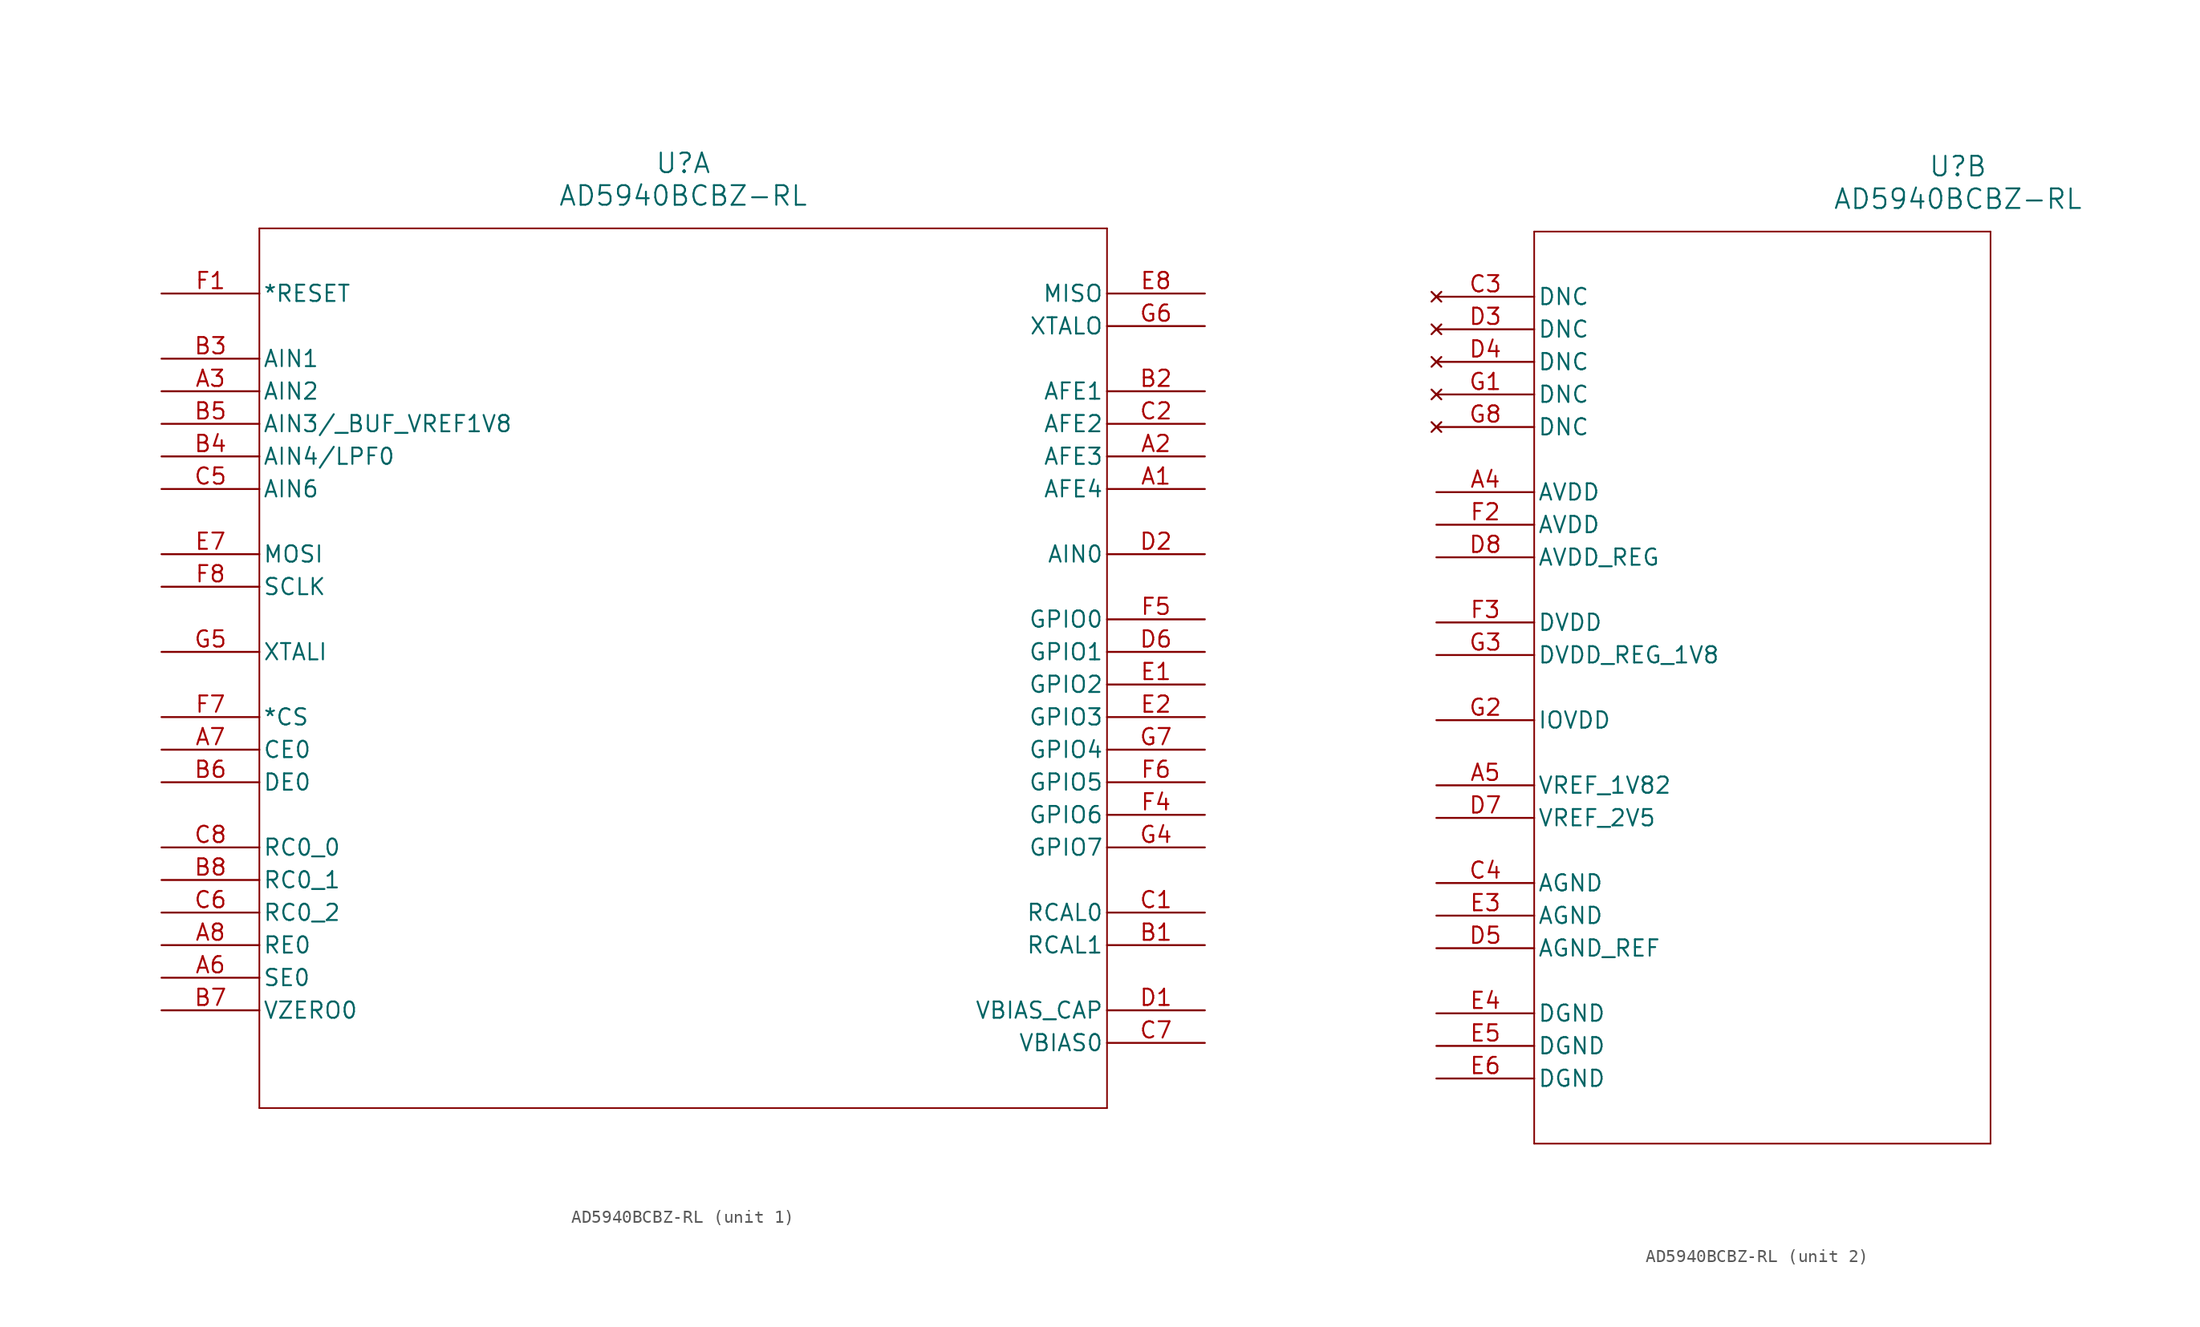
<source format=kicad_sym>
(kicad_symbol_lib
  (version 20211014)
  (generator kicad_symbol_editor)
  (symbol "AD5940BCBZ-RL"
    (pin_names
      (offset 0.254))
    (property "Reference" "U"
      (at 40.64 10.16 0)
      (effects (font (size 1.524 1.524))))
    (property "Value" "AD5940BCBZ-RL"
      (at 40.64 7.62 0)
      (effects (font (size 1.524 1.524))))
    (symbol "AD5940BCBZ-RL_1_1"
      (polyline (pts (xy 7.62 5.08) (xy 7.62 -63.5)) (stroke (width 0.127) (type default) (color 0 0 0 0)) (fill (type none)))
      (polyline (pts (xy 7.62 -63.5) (xy 73.66 -63.5)) (stroke (width 0.127) (type default) (color 0 0 0 0)) (fill (type none)))
      (polyline (pts (xy 73.66 -63.5) (xy 73.66 5.08)) (stroke (width 0.127) (type default) (color 0 0 0 0)) (fill (type none)))
      (polyline (pts (xy 73.66 5.08) (xy 7.62 5.08)) (stroke (width 0.127) (type default) (color 0 0 0 0)) (fill (type none)))
      (pin unspecified line (at 81.28 -15.24 180) (length 7.62) (name "AFE4" (effects (font (size 1.27 1.27)))) (number "A1" (effects (font (size 1.27 1.27)))))
      (pin unspecified line (at 81.28 -12.7 180) (length 7.62) (name "AFE3" (effects (font (size 1.27 1.27)))) (number "A2" (effects (font (size 1.27 1.27)))))
      (pin unspecified line (at 0 -7.62 0) (length 7.62) (name "AIN2" (effects (font (size 1.27 1.27)))) (number "A3" (effects (font (size 1.27 1.27)))))
      (pin unspecified line (at 0 -53.34 0) (length 7.62) (name "SE0" (effects (font (size 1.27 1.27)))) (number "A6" (effects (font (size 1.27 1.27)))))
      (pin unspecified line (at 0 -35.56 0) (length 7.62) (name "CE0" (effects (font (size 1.27 1.27)))) (number "A7" (effects (font (size 1.27 1.27)))))
      (pin unspecified line (at 0 -50.8 0) (length 7.62) (name "RE0" (effects (font (size 1.27 1.27)))) (number "A8" (effects (font (size 1.27 1.27)))))
      (pin unspecified line (at 81.28 -50.8 180) (length 7.62) (name "RCAL1" (effects (font (size 1.27 1.27)))) (number "B1" (effects (font (size 1.27 1.27)))))
      (pin unspecified line (at 81.28 -7.62 180) (length 7.62) (name "AFE1" (effects (font (size 1.27 1.27)))) (number "B2" (effects (font (size 1.27 1.27)))))
      (pin unspecified line (at 0 -5.08 0) (length 7.62) (name "AIN1" (effects (font (size 1.27 1.27)))) (number "B3" (effects (font (size 1.27 1.27)))))
      (pin unspecified line (at 0 -12.7 0) (length 7.62) (name "AIN4/LPF0" (effects (font (size 1.27 1.27)))) (number "B4" (effects (font (size 1.27 1.27)))))
      (pin unspecified line (at 0 -10.16 0) (length 7.62) (name "AIN3/ BUF_VREF1V8" (effects (font (size 1.27 1.27)))) (number "B5" (effects (font (size 1.27 1.27)))))
      (pin unspecified line (at 0 -38.1 0) (length 7.62) (name "DE0" (effects (font (size 1.27 1.27)))) (number "B6" (effects (font (size 1.27 1.27)))))
      (pin unspecified line (at 0 -55.88 0) (length 7.62) (name "VZERO0" (effects (font (size 1.27 1.27)))) (number "B7" (effects (font (size 1.27 1.27)))))
      (pin unspecified line (at 0 -45.72 0) (length 7.62) (name "RC0_1" (effects (font (size 1.27 1.27)))) (number "B8" (effects (font (size 1.27 1.27)))))
      (pin unspecified line (at 81.28 -48.26 180) (length 7.62) (name "RCAL0" (effects (font (size 1.27 1.27)))) (number "C1" (effects (font (size 1.27 1.27)))))
      (pin unspecified line (at 81.28 -10.16 180) (length 7.62) (name "AFE2" (effects (font (size 1.27 1.27)))) (number "C2" (effects (font (size 1.27 1.27)))))
      (pin unspecified line (at 0 -15.24 0) (length 7.62) (name "AIN6" (effects (font (size 1.27 1.27)))) (number "C5" (effects (font (size 1.27 1.27)))))
      (pin unspecified line (at 0 -48.26 0) (length 7.62) (name "RC0_2" (effects (font (size 1.27 1.27)))) (number "C6" (effects (font (size 1.27 1.27)))))
      (pin unspecified line (at 81.28 -58.42 180) (length 7.62) (name "VBIAS0" (effects (font (size 1.27 1.27)))) (number "C7" (effects (font (size 1.27 1.27)))))
      (pin unspecified line (at 0 -43.18 0) (length 7.62) (name "RC0_0" (effects (font (size 1.27 1.27)))) (number "C8" (effects (font (size 1.27 1.27)))))
      (pin unspecified line (at 81.28 -55.88 180) (length 7.62) (name "VBIAS_CAP" (effects (font (size 1.27 1.27)))) (number "D1" (effects (font (size 1.27 1.27)))))
      (pin unspecified line (at 81.28 -20.32 180) (length 7.62) (name "AIN0" (effects (font (size 1.27 1.27)))) (number "D2" (effects (font (size 1.27 1.27)))))
      (pin bidirectional line (at 81.28 -27.94 180) (length 7.62) (name "GPIO1" (effects (font (size 1.27 1.27)))) (number "D6" (effects (font (size 1.27 1.27)))))
      (pin bidirectional line (at 81.28 -30.48 180) (length 7.62) (name "GPIO2" (effects (font (size 1.27 1.27)))) (number "E1" (effects (font (size 1.27 1.27)))))
      (pin bidirectional line (at 81.28 -33.02 180) (length 7.62) (name "GPIO3" (effects (font (size 1.27 1.27)))) (number "E2" (effects (font (size 1.27 1.27)))))
      (pin input line (at 0 -20.32 0) (length 7.62) (name "MOSI" (effects (font (size 1.27 1.27)))) (number "E7" (effects (font (size 1.27 1.27)))))
      (pin output line (at 81.28 0 180) (length 7.62) (name "MISO" (effects (font (size 1.27 1.27)))) (number "E8" (effects (font (size 1.27 1.27)))))
      (pin input line (at 0 0 0) (length 7.62) (name "*RESET" (effects (font (size 1.27 1.27)))) (number "F1" (effects (font (size 1.27 1.27)))))
      (pin bidirectional line (at 81.28 -40.64 180) (length 7.62) (name "GPIO6" (effects (font (size 1.27 1.27)))) (number "F4" (effects (font (size 1.27 1.27)))))
      (pin bidirectional line (at 81.28 -25.4 180) (length 7.62) (name "GPIO0" (effects (font (size 1.27 1.27)))) (number "F5" (effects (font (size 1.27 1.27)))))
      (pin bidirectional line (at 81.28 -38.1 180) (length 7.62) (name "GPIO5" (effects (font (size 1.27 1.27)))) (number "F6" (effects (font (size 1.27 1.27)))))
      (pin bidirectional line (at 0 -33.02 0) (length 7.62) (name "*CS" (effects (font (size 1.27 1.27)))) (number "F7" (effects (font (size 1.27 1.27)))))
      (pin input line (at 0 -22.86 0) (length 7.62) (name "SCLK" (effects (font (size 1.27 1.27)))) (number "F8" (effects (font (size 1.27 1.27)))))
      (pin bidirectional line (at 81.28 -43.18 180) (length 7.62) (name "GPIO7" (effects (font (size 1.27 1.27)))) (number "G4" (effects (font (size 1.27 1.27)))))
      (pin input line (at 0 -27.94 0) (length 7.62) (name "XTALI" (effects (font (size 1.27 1.27)))) (number "G5" (effects (font (size 1.27 1.27)))))
      (pin output line (at 81.28 -2.54 180) (length 7.62) (name "XTALO" (effects (font (size 1.27 1.27)))) (number "G6" (effects (font (size 1.27 1.27)))))
      (pin bidirectional line (at 81.28 -35.56 180) (length 7.62) (name "GPIO4" (effects (font (size 1.27 1.27)))) (number "G7" (effects (font (size 1.27 1.27))))))
    (symbol "AD5940BCBZ-RL_2_1"
      (polyline (pts (xy 7.62 5.08) (xy 7.62 -66.04)) (stroke (width 0.127) (type default) (color 0 0 0 0)) (fill (type none)))
      (polyline (pts (xy 7.62 -66.04) (xy 43.18 -66.04)) (stroke (width 0.127) (type default) (color 0 0 0 0)) (fill (type none)))
      (polyline (pts (xy 43.18 -66.04) (xy 43.18 5.08)) (stroke (width 0.127) (type default) (color 0 0 0 0)) (fill (type none)))
      (polyline (pts (xy 43.18 5.08) (xy 7.62 5.08)) (stroke (width 0.127) (type default) (color 0 0 0 0)) (fill (type none)))
      (pin power_in line (at 0 -15.24 0) (length 7.62) (name "AVDD" (effects (font (size 1.27 1.27)))) (number "A4" (effects (font (size 1.27 1.27)))))
      (pin unspecified line (at 0 -38.1 0) (length 7.62) (name "VREF_1V82" (effects (font (size 1.27 1.27)))) (number "A5" (effects (font (size 1.27 1.27)))))
      (pin no_connect line (at 0 0 0) (length 7.62) (name "DNC" (effects (font (size 1.27 1.27)))) (number "C3" (effects (font (size 1.27 1.27)))))
      (pin power_out line (at 0 -45.72 0) (length 7.62) (name "AGND" (effects (font (size 1.27 1.27)))) (number "C4" (effects (font (size 1.27 1.27)))))
      (pin no_connect line (at 0 -2.54 0) (length 7.62) (name "DNC" (effects (font (size 1.27 1.27)))) (number "D3" (effects (font (size 1.27 1.27)))))
      (pin no_connect line (at 0 -5.08 0) (length 7.62) (name "DNC" (effects (font (size 1.27 1.27)))) (number "D4" (effects (font (size 1.27 1.27)))))
      (pin power_out line (at 0 -50.8 0) (length 7.62) (name "AGND_REF" (effects (font (size 1.27 1.27)))) (number "D5" (effects (font (size 1.27 1.27)))))
      (pin unspecified line (at 0 -40.64 0) (length 7.62) (name "VREF_2V5" (effects (font (size 1.27 1.27)))) (number "D7" (effects (font (size 1.27 1.27)))))
      (pin power_in line (at 0 -20.32 0) (length 7.62) (name "AVDD_REG" (effects (font (size 1.27 1.27)))) (number "D8" (effects (font (size 1.27 1.27)))))
      (pin power_out line (at 0 -48.26 0) (length 7.62) (name "AGND" (effects (font (size 1.27 1.27)))) (number "E3" (effects (font (size 1.27 1.27)))))
      (pin power_out line (at 0 -55.88 0) (length 7.62) (name "DGND" (effects (font (size 1.27 1.27)))) (number "E4" (effects (font (size 1.27 1.27)))))
      (pin power_out line (at 0 -58.42 0) (length 7.62) (name "DGND" (effects (font (size 1.27 1.27)))) (number "E5" (effects (font (size 1.27 1.27)))))
      (pin power_out line (at 0 -60.96 0) (length 7.62) (name "DGND" (effects (font (size 1.27 1.27)))) (number "E6" (effects (font (size 1.27 1.27)))))
      (pin power_in line (at 0 -17.78 0) (length 7.62) (name "AVDD" (effects (font (size 1.27 1.27)))) (number "F2" (effects (font (size 1.27 1.27)))))
      (pin power_in line (at 0 -25.4 0) (length 7.62) (name "DVDD" (effects (font (size 1.27 1.27)))) (number "F3" (effects (font (size 1.27 1.27)))))
      (pin no_connect line (at 0 -7.62 0) (length 7.62) (name "DNC" (effects (font (size 1.27 1.27)))) (number "G1" (effects (font (size 1.27 1.27)))))
      (pin bidirectional line (at 0 -33.02 0) (length 7.62) (name "IOVDD" (effects (font (size 1.27 1.27)))) (number "G2" (effects (font (size 1.27 1.27)))))
      (pin unspecified line (at 0 -27.94 0) (length 7.62) (name "DVDD_REG_1V8" (effects (font (size 1.27 1.27)))) (number "G3" (effects (font (size 1.27 1.27)))))
      (pin no_connect line (at 0 -10.16 0) (length 7.62) (name "DNC" (effects (font (size 1.27 1.27)))) (number "G8" (effects (font (size 1.27 1.27))))))))
</source>
